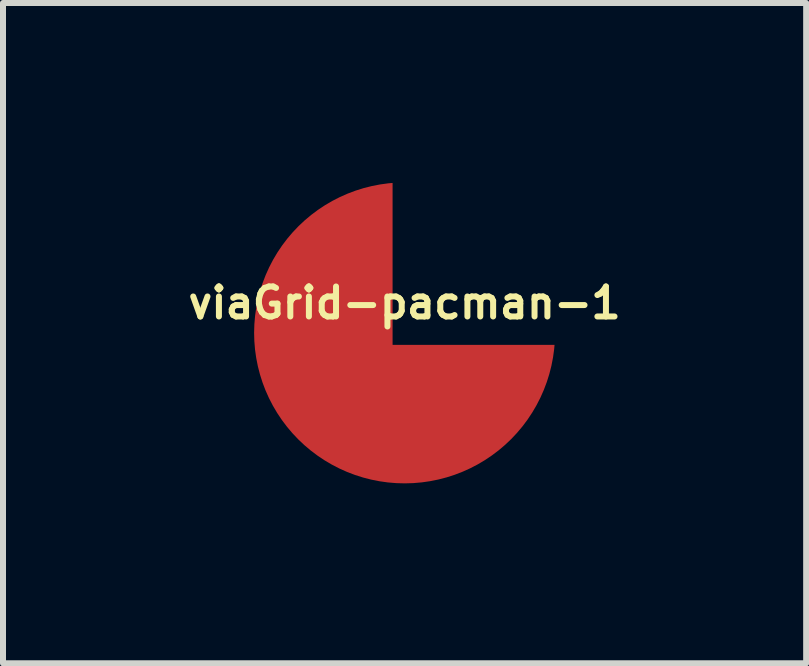
<source format=kicad_pcb>
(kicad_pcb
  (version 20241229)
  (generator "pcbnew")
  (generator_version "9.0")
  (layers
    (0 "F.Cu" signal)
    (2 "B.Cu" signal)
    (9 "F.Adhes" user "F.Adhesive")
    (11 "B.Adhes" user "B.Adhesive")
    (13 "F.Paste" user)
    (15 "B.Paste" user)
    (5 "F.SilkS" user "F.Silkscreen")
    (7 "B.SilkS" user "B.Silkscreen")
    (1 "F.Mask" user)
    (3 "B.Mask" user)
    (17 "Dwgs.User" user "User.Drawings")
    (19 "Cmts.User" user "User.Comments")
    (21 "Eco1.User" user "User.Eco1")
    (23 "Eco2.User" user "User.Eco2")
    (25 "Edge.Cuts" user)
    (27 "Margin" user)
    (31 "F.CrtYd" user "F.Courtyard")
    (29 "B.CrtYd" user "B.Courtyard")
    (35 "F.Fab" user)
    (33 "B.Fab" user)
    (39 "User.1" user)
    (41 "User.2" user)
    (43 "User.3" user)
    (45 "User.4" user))
  (footprint "viaGrid-pacman-1"
    (layer "F.Cu")
    (at 3.695 2.5)
    (property "Reference" "viaGrid-pacman-1" (at 0 -0.5 0) (unlocked yes) (layer "F.SilkS") (effects (font (size 0.5 0.5) (thickness 0.1))))
    (attr smd)
    (fp_poly (pts (xy 2.5 0.2) (xy -0.2 0.2) (xy -0.2 -2.5) (arc (start -0.199999 -2.5) (mid -1.773415 1.773415) (end 2.5 0.199999))) (stroke (width 0) (type solid)) (fill yes) (layer "F.Cu")))
  (gr_rect
    (start -3 -3)
    (end 10.39 8.008)
    (stroke (width 0.1) (type default))
    (fill no)
    (layer "Edge.Cuts")))
</source>
